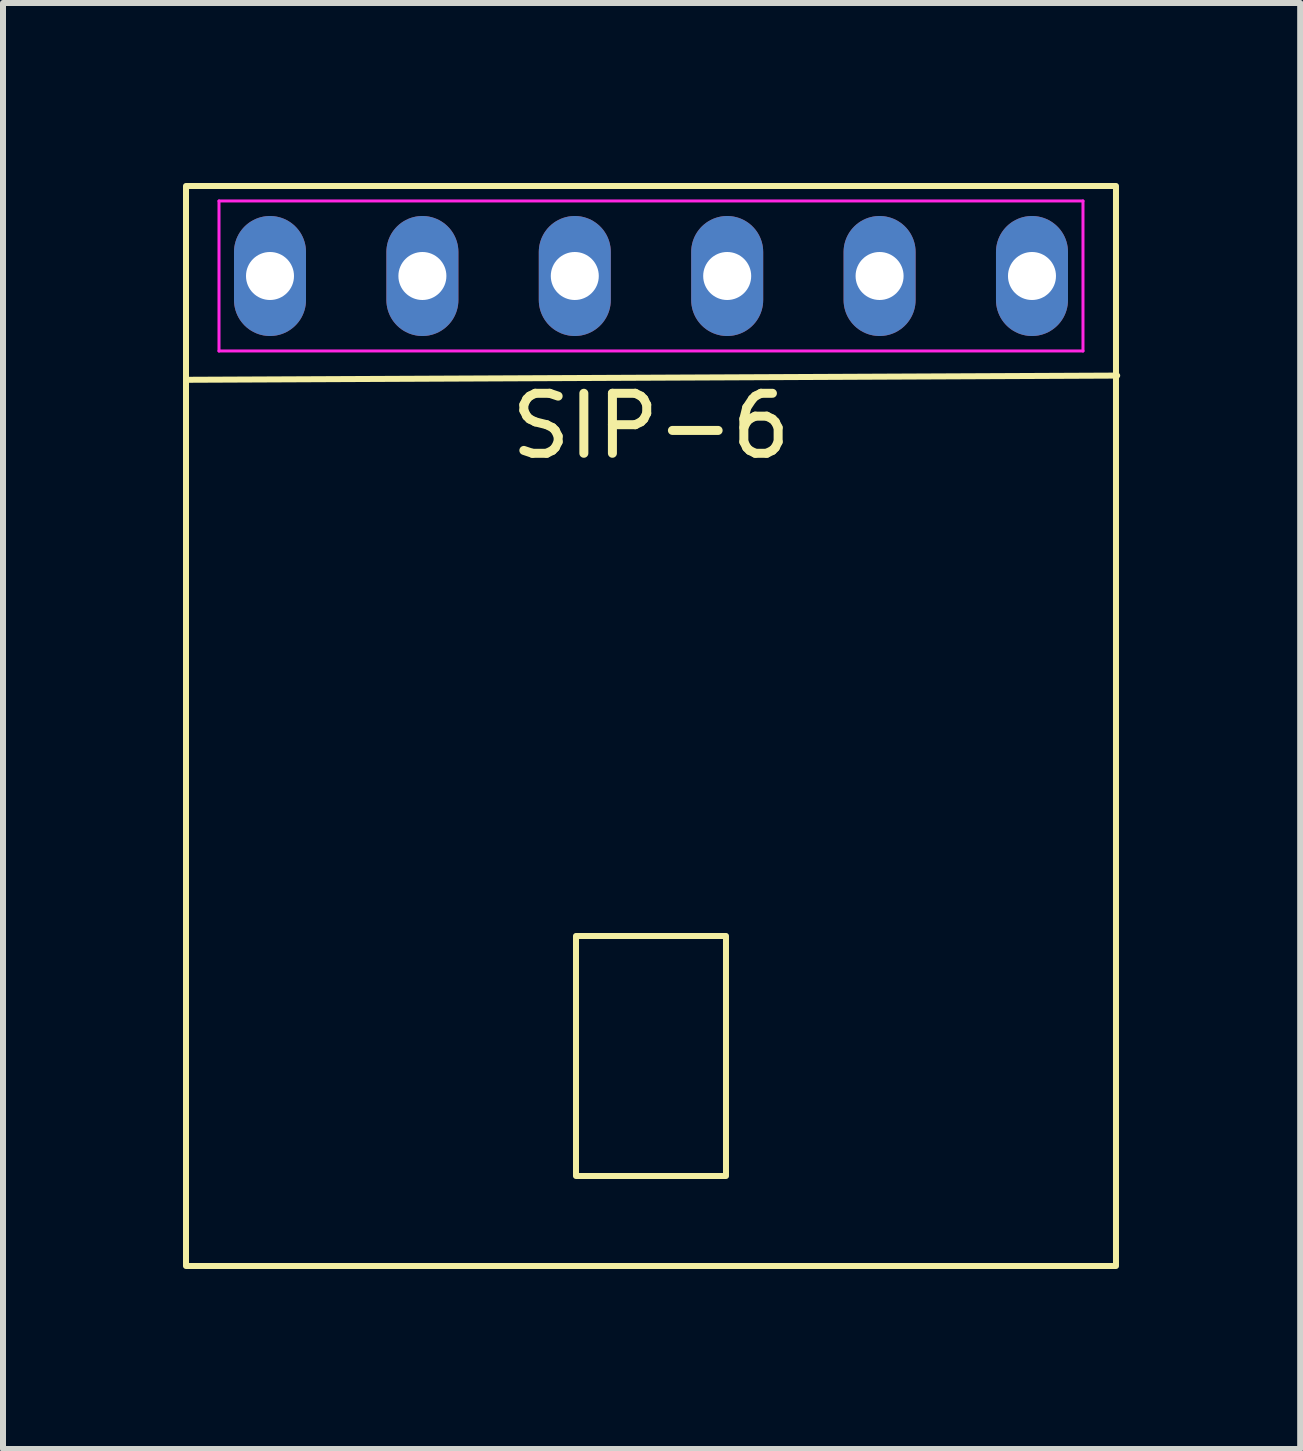
<source format=kicad_pcb>
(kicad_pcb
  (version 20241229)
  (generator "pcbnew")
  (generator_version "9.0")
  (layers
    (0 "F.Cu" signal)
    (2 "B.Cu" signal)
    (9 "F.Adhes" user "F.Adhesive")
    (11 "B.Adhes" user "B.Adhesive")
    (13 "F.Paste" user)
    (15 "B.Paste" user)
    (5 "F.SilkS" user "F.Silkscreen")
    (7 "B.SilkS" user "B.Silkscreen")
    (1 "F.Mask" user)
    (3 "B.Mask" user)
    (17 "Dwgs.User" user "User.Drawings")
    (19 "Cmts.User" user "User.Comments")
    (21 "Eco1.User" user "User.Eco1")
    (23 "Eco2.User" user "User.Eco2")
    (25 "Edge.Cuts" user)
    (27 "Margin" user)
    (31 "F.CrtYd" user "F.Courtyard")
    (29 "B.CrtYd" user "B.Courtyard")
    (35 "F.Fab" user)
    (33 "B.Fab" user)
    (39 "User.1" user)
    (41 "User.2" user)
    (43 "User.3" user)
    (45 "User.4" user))
  (footprint "SIP-6"
    (layer "F.Cu")
    (at 7.8 1.55)
    (property "Reference" "SIP-6" (at 0 2.5 0) (layer "F.SilkS") (effects (font (size 1 1) (thickness 0.15))))
    (fp_line (start -7.73 1.73) (end 7.77 1.66) (stroke (width 0.1) (type default)) (layer "F.SilkS"))
    (fp_rect (start -7.75 -1.5) (end 7.75 16.5) (stroke (width 0.1) (type default)) (fill no) (layer "F.SilkS"))
    (fp_rect (start -1.25 11) (end 1.25 15) (stroke (width 0.1) (type default)) (fill no) (layer "F.SilkS"))
    (fp_line (start -7.2 -1.25) (end 7.2 -1.25) (stroke (width 0.05) (type default)) (layer "F.CrtYd"))
    (fp_line (start -7.2 1.25) (end -7.2 -1.25) (stroke (width 0.05) (type default)) (layer "F.CrtYd"))
    (fp_line (start 7.2 -1.25) (end 7.2 1.25) (stroke (width 0.05) (type default)) (layer "F.CrtYd"))
    (fp_line (start 7.2 1.25) (end -7.2 1.25) (stroke (width 0.05) (type default)) (layer "F.CrtYd"))
    (pad "1" thru_hole oval (at -6.35 0) (size 1.2 2) (drill 0.8) (layers "*.Cu" "*.Mask"))
    (pad "2" thru_hole oval (at -3.81 0) (size 1.2 2) (drill 0.8) (layers "*.Cu" "*.Mask"))
    (pad "3" thru_hole oval (at -1.27 0) (size 1.2 2) (drill 0.8) (layers "*.Cu" "*.Mask"))
    (pad "4" thru_hole oval (at 1.27 0) (size 1.2 2) (drill 0.8) (layers "*.Cu" "*.Mask"))
    (pad "5" thru_hole oval (at 3.81 0) (size 1.2 2) (drill 0.8) (layers "*.Cu" "*.Mask"))
    (pad "6" thru_hole oval (at 6.35 0) (size 1.2 2) (drill 0.8) (layers "*.Cu" "*.Mask")))
  (gr_rect
    (start -3 -3)
    (end 18.62 21.1)
    (stroke (width 0.1) (type default))
    (fill no)
    (layer "Edge.Cuts")))
</source>
